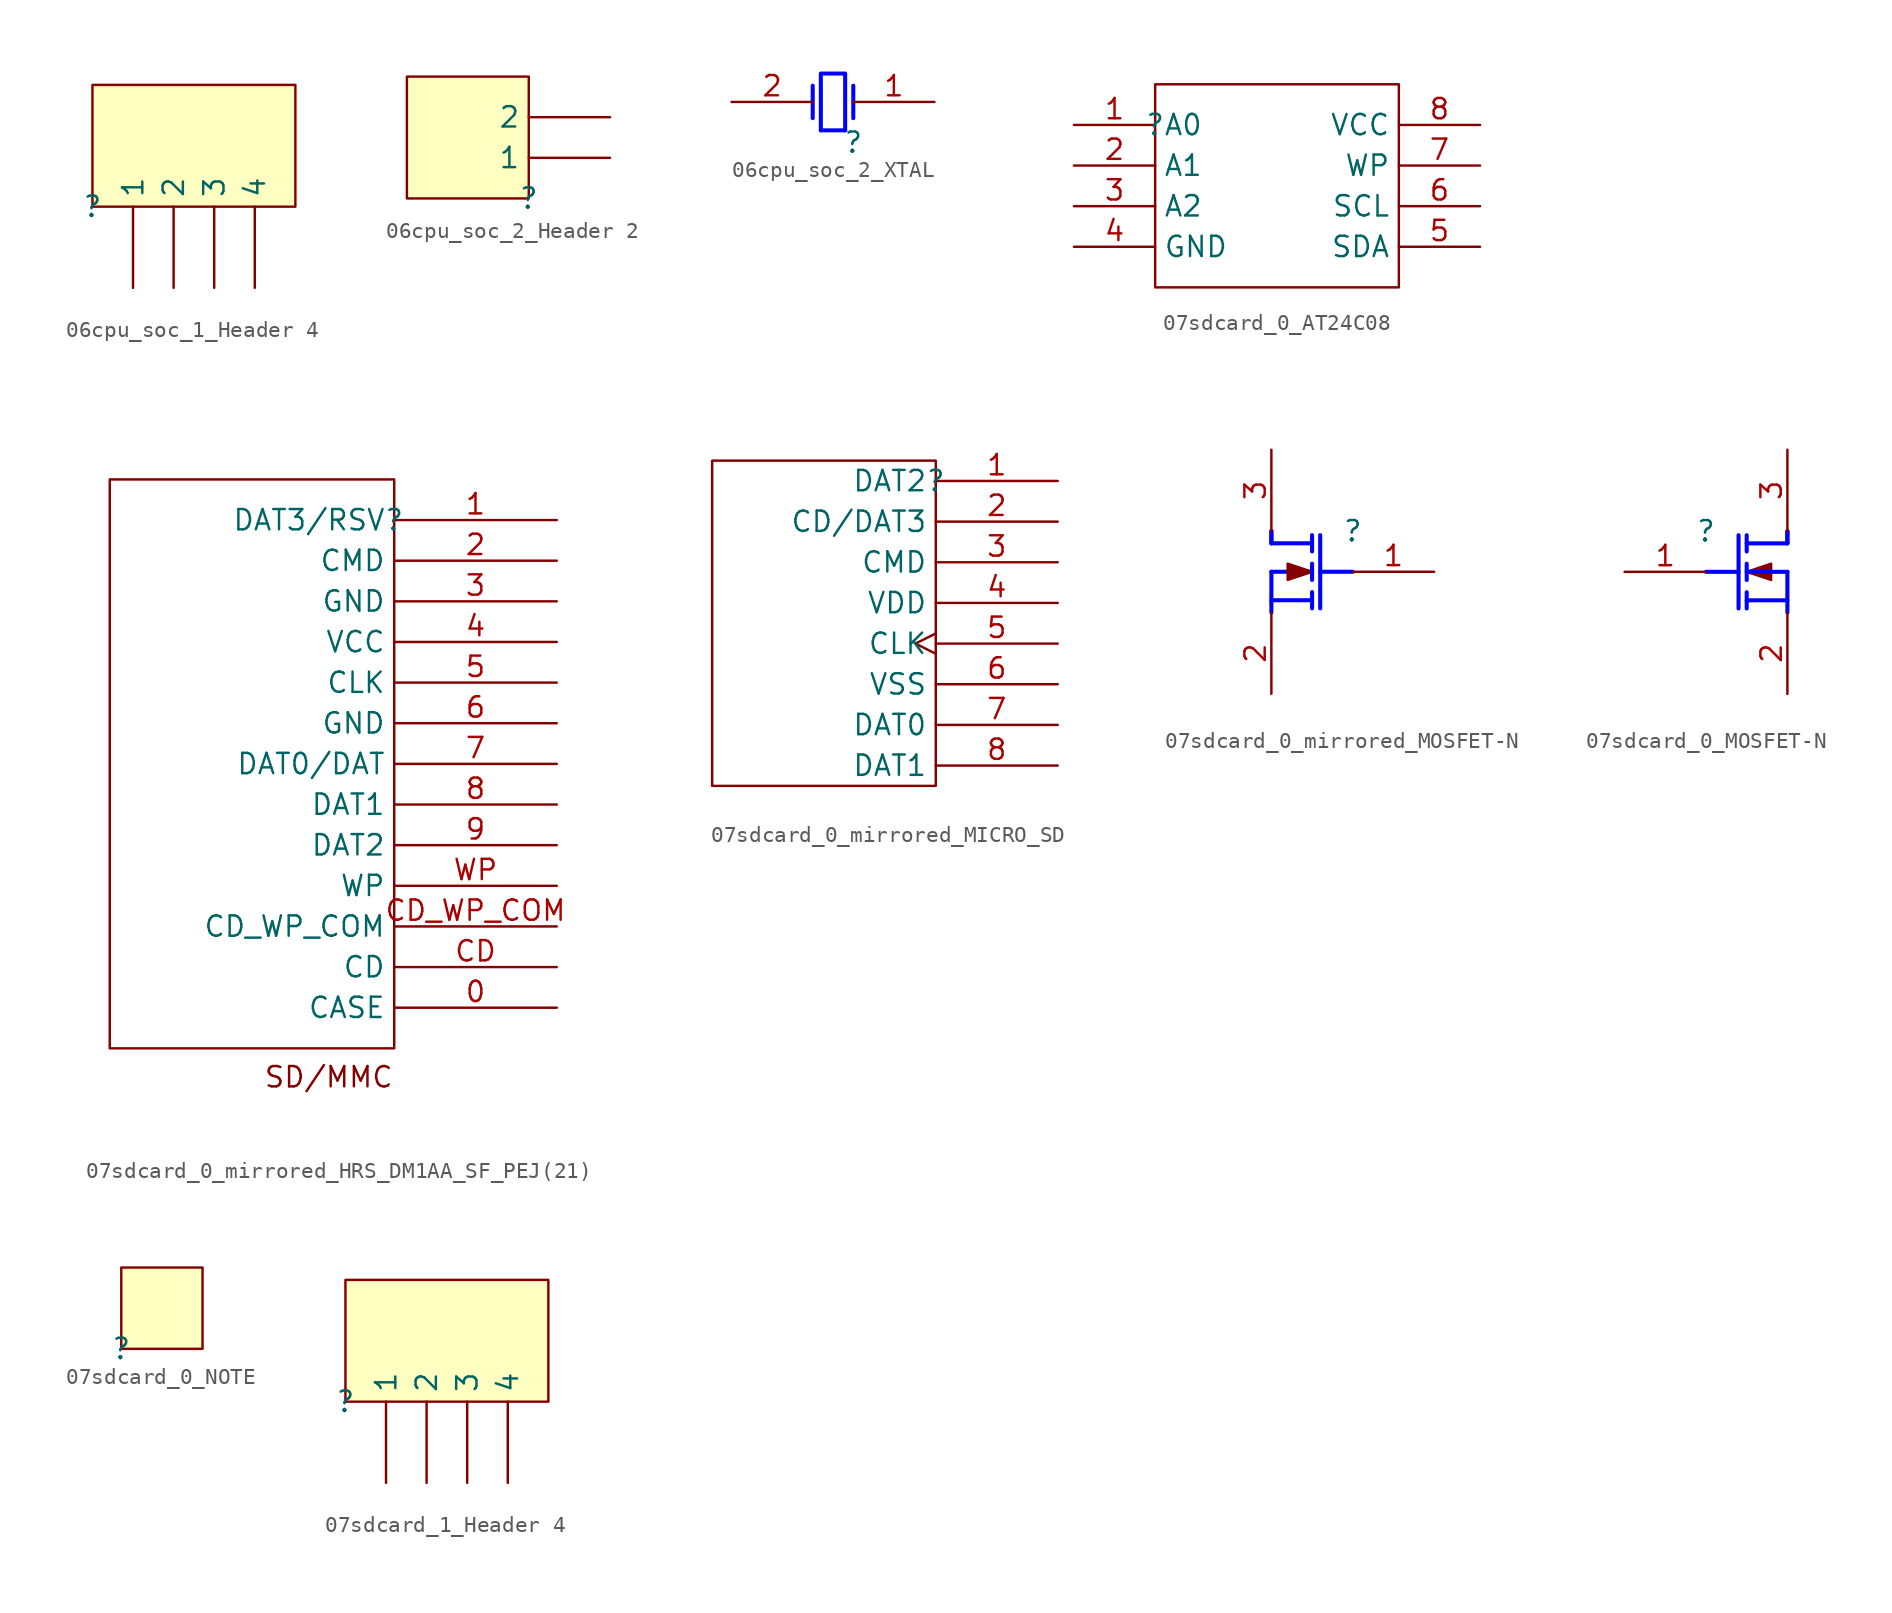
<source format=kicad_sym>
(kicad_symbol_lib
  (version 20220914)
  (generator kicad_symbol_editor)
  (symbol "06cpu_soc_1_Header 4"
    (property "Reference" ""
      (at 0 0 0)
      (effects (font (size 1.27 1.27))))
    (property "Value" ""
      (at 0 0 0)
      (effects (font (size 1.27 1.27))))
    (symbol "06cpu_soc_1_Header 4_1_0"
      (rectangle (start 12.7 7.62) (end 0 0) (stroke (width 0) (type solid)) (fill (type background)))
      (pin passive line (at 2.54 -5.08 90) (length 5.08) (name "1" (effects (font (size 1.27 1.27)))) (number "1" (effects (font (size 0 0)))))
      (pin passive line (at 5.08 -5.08 90) (length 5.08) (name "2" (effects (font (size 1.27 1.27)))) (number "2" (effects (font (size 0 0)))))
      (pin passive line (at 7.62 -5.08 90) (length 5.08) (name "3" (effects (font (size 1.27 1.27)))) (number "3" (effects (font (size 0 0)))))
      (pin passive line (at 10.16 -5.08 90) (length 5.08) (name "4" (effects (font (size 1.27 1.27)))) (number "4" (effects (font (size 0 0)))))))
  (symbol "06cpu_soc_2_Header 2"
    (property "Reference" ""
      (at 0 0 0)
      (effects (font (size 1.27 1.27))))
    (property "Value" ""
      (at 0 0 0)
      (effects (font (size 1.27 1.27))))
    (symbol "06cpu_soc_2_Header 2_1_0"
      (rectangle (start 0 7.62) (end -7.62 0) (stroke (width 0) (type solid)) (fill (type background)))
      (pin passive line (at 5.08 2.54 180) (length 5.08) (name "1" (effects (font (size 1.27 1.27)))) (number "1" (effects (font (size 0 0)))))
      (pin passive line (at 5.08 5.08 180) (length 5.08) (name "2" (effects (font (size 1.27 1.27)))) (number "2" (effects (font (size 0 0)))))))
  (symbol "06cpu_soc_2_XTAL"
    (property "Reference" ""
      (at 0 0 0)
      (effects (font (size 1.27 1.27))))
    (property "Value" ""
      (at 0 0 0)
      (effects (font (size 1.27 1.27))))
    (symbol "06cpu_soc_2_XTAL_1_0"
      (polyline (pts (xy -2.54 1.524) (xy -2.54 3.556)) (stroke (width 0.254) (type solid) (color 0 0 255 1)) (fill (type none)))
      (polyline (pts (xy -0.508 0.762) (xy -2.032 0.762)) (stroke (width 0.254) (type solid) (color 0 0 255 1)) (fill (type none)))
      (polyline (pts (xy 0 1.524) (xy 0 3.556)) (stroke (width 0.254) (type solid) (color 0 0 255 1)) (fill (type none)))
      (polyline (pts (xy -2.032 0.762) (xy -2.032 4.318) (xy -0.508 4.318) (xy -0.508 0.762)) (stroke (width 0.254) (type solid) (color 0 0 255 1)) (fill (type none)))
      (pin passive line (at 5.08 2.54 180) (length 5.08) (name "OSC1" (effects (font (size 0 0)))) (number "1" (effects (font (size 1.27 1.27)))))
      (pin passive line (at -7.62 2.54 0) (length 5.08) (name "OSC2" (effects (font (size 0 0)))) (number "2" (effects (font (size 1.27 1.27)))))))
  (symbol "07sdcard_0_AT24C08"
    (property "Reference" ""
      (at 0 0 0)
      (effects (font (size 1.27 1.27))))
    (property "Value" ""
      (at 0 0 0)
      (effects (font (size 1.27 1.27))))
    (symbol "07sdcard_0_AT24C08_1_0"
      (rectangle (start 15.24 2.54) (end 0 -10.16) (stroke (width 0) (type solid)) (fill (type none)))
      (pin input line (at -5.08 0 0) (length 5.08) (name "A0" (effects (font (size 1.27 1.27)))) (number "1" (effects (font (size 1.27 1.27)))))
      (pin input line (at -5.08 -2.54 0) (length 5.08) (name "A1" (effects (font (size 1.27 1.27)))) (number "2" (effects (font (size 1.27 1.27)))))
      (pin input line (at -5.08 -5.08 0) (length 5.08) (name "A2" (effects (font (size 1.27 1.27)))) (number "3" (effects (font (size 1.27 1.27)))))
      (pin power_in line (at -5.08 -7.62 0) (length 5.08) (name "GND" (effects (font (size 1.27 1.27)))) (number "4" (effects (font (size 1.27 1.27)))))
      (pin bidirectional line (at 20.32 -7.62 180) (length 5.08) (name "SDA" (effects (font (size 1.27 1.27)))) (number "5" (effects (font (size 1.27 1.27)))))
      (pin input line (at 20.32 -5.08 180) (length 5.08) (name "SCL" (effects (font (size 1.27 1.27)))) (number "6" (effects (font (size 1.27 1.27)))))
      (pin input line (at 20.32 -2.54 180) (length 5.08) (name "WP" (effects (font (size 1.27 1.27)))) (number "7" (effects (font (size 1.27 1.27)))))
      (pin power_in line (at 20.32 0 180) (length 5.08) (name "VCC" (effects (font (size 1.27 1.27)))) (number "8" (effects (font (size 1.27 1.27)))))))
  (symbol "07sdcard_0_mirrored_HRS_DM1AA_SF_PEJ(21)"
    (property "Reference" ""
      (at 0 0 0)
      (effects (font (size 1.27 1.27))))
    (property "Value" ""
      (at 0 0 0)
      (effects (font (size 1.27 1.27))))
    (symbol "07sdcard_0_mirrored_HRS_DM1AA_SF_PEJ(21)_1_0"
      (rectangle (start 0 2.54) (end -17.78 -33.02) (stroke (width 0) (type solid)) (fill (type none)))
      (text "SD/MMC" (at 0 -35.56 0) (effects (font (size 1.27 1.27)) (justify right bottom)))
      (pin power_in line (at 10.16 -30.48 180) (length 10.16) (name "CASE" (effects (font (size 1.27 1.27)))) (number "0" (effects (font (size 1.27 1.27)))))
      (pin bidirectional line (at 10.16 0 180) (length 10.16) (name "DAT3/RSV" (effects (font (size 1.27 1.27)))) (number "1" (effects (font (size 1.27 1.27)))))
      (pin input line (at 10.16 -2.54 180) (length 10.16) (name "CMD" (effects (font (size 1.27 1.27)))) (number "2" (effects (font (size 1.27 1.27)))))
      (pin power_in line (at 10.16 -5.08 180) (length 10.16) (name "GND" (effects (font (size 1.27 1.27)))) (number "3" (effects (font (size 1.27 1.27)))))
      (pin power_in line (at 10.16 -7.62 180) (length 10.16) (name "VCC" (effects (font (size 1.27 1.27)))) (number "4" (effects (font (size 1.27 1.27)))))
      (pin input line (at 10.16 -10.16 180) (length 10.16) (name "CLK" (effects (font (size 1.27 1.27)))) (number "5" (effects (font (size 1.27 1.27)))))
      (pin power_in line (at 10.16 -12.7 180) (length 10.16) (name "GND" (effects (font (size 1.27 1.27)))) (number "6" (effects (font (size 1.27 1.27)))))
      (pin bidirectional line (at 10.16 -15.24 180) (length 10.16) (name "DAT0/DAT" (effects (font (size 1.27 1.27)))) (number "7" (effects (font (size 1.27 1.27)))))
      (pin bidirectional line (at 10.16 -17.78 180) (length 10.16) (name "DAT1" (effects (font (size 1.27 1.27)))) (number "8" (effects (font (size 1.27 1.27)))))
      (pin bidirectional line (at 10.16 -20.32 180) (length 10.16) (name "DAT2" (effects (font (size 1.27 1.27)))) (number "9" (effects (font (size 1.27 1.27)))))
      (pin output line (at 10.16 -27.94 180) (length 10.16) (name "CD" (effects (font (size 1.27 1.27)))) (number "CD" (effects (font (size 1.27 1.27)))))
      (pin power_in line (at 10.16 -25.4 180) (length 10.16) (name "CD_WP_COM" (effects (font (size 1.27 1.27)))) (number "CD_WP_COM" (effects (font (size 1.27 1.27)))))
      (pin output line (at 10.16 -22.86 180) (length 10.16) (name "WP" (effects (font (size 1.27 1.27)))) (number "WP" (effects (font (size 1.27 1.27)))))))
  (symbol "07sdcard_0_mirrored_MICRO_SD"
    (property "Reference" ""
      (at 0 0 0)
      (effects (font (size 1.27 1.27))))
    (property "Value" ""
      (at 0 0 0)
      (effects (font (size 1.27 1.27))))
    (symbol "07sdcard_0_mirrored_MICRO_SD_1_0"
      (rectangle (start 0 1.27) (end -13.97 -19.05) (stroke (width 0) (type solid)) (fill (type none)))
      (pin bidirectional line (at 7.62 0 180) (length 7.62) (name "DAT2" (effects (font (size 1.27 1.27)))) (number "1" (effects (font (size 1.27 1.27)))))
      (pin bidirectional line (at 7.62 -2.54 180) (length 7.62) (name "CD/DAT3" (effects (font (size 1.27 1.27)))) (number "2" (effects (font (size 1.27 1.27)))))
      (pin bidirectional line (at 7.62 -5.08 180) (length 7.62) (name "CMD" (effects (font (size 1.27 1.27)))) (number "3" (effects (font (size 1.27 1.27)))))
      (pin power_in line (at 7.62 -7.62 180) (length 7.62) (name "VDD" (effects (font (size 1.27 1.27)))) (number "4" (effects (font (size 1.27 1.27)))))
      (pin input clock (at 7.62 -10.16 180) (length 7.62) (name "CLK" (effects (font (size 1.27 1.27)))) (number "5" (effects (font (size 1.27 1.27)))))
      (pin power_in line (at 7.62 -12.7 180) (length 7.62) (name "VSS" (effects (font (size 1.27 1.27)))) (number "6" (effects (font (size 1.27 1.27)))))
      (pin bidirectional line (at 7.62 -15.24 180) (length 7.62) (name "DAT0" (effects (font (size 1.27 1.27)))) (number "7" (effects (font (size 1.27 1.27)))))
      (pin bidirectional line (at 7.62 -17.78 180) (length 7.62) (name "DAT1" (effects (font (size 1.27 1.27)))) (number "8" (effects (font (size 1.27 1.27)))))))
  (symbol "07sdcard_0_mirrored_MOSFET-N"
    (property "Reference" ""
      (at 0 0 0)
      (effects (font (size 1.27 1.27))))
    (property "Value" ""
      (at 0 0 0)
      (effects (font (size 1.27 1.27))))
    (symbol "07sdcard_0_mirrored_MOSFET-N_1_0"
      (polyline (pts (xy -5.08 -4.318) (xy -2.54 -4.318)) (stroke (width 0.254) (type solid) (color 0 0 255 1)) (fill (type none)))
      (polyline (pts (xy -5.08 -2.54) (xy -5.08 -5.08)) (stroke (width 0.254) (type solid) (color 0 0 255 1)) (fill (type none)))
      (polyline (pts (xy -5.08 -2.54) (xy -2.54 -2.54)) (stroke (width 0.254) (type solid) (color 0 0 255 1)) (fill (type none)))
      (polyline (pts (xy -5.08 -0.762) (xy -5.08 0)) (stroke (width 0.254) (type solid) (color 0 0 255 1)) (fill (type none)))
      (polyline (pts (xy -5.08 -0.762) (xy -5.08 0)) (stroke (width 0.254) (type solid) (color 0 0 255 1)) (fill (type none)))
      (polyline (pts (xy -5.08 -0.762) (xy -2.54 -0.762)) (stroke (width 0.254) (type solid) (color 0 0 255 1)) (fill (type none)))
      (polyline (pts (xy -2.54 -4.826) (xy -2.54 -3.81)) (stroke (width 0.254) (type solid) (color 0 0 255 1)) (fill (type none)))
      (polyline (pts (xy -2.54 -3.048) (xy -2.54 -2.032)) (stroke (width 0.254) (type solid) (color 0 0 255 1)) (fill (type none)))
      (polyline (pts (xy -2.54 -0.254) (xy -2.54 -1.27)) (stroke (width 0.254) (type solid) (color 0 0 255 1)) (fill (type none)))
      (polyline (pts (xy -2.032 -0.254) (xy -2.032 -4.826)) (stroke (width 0.254) (type solid) (color 0 0 255 1)) (fill (type none)))
      (polyline (pts (xy 0 -2.54) (xy -2.032 -2.54)) (stroke (width 0.254) (type solid) (color 0 0 255 1)) (fill (type none)))
      (polyline (pts (xy -2.54 -2.54) (xy -4.064 -3.048) (xy -4.064 -2.032) (xy -2.54 -2.54)) (stroke (width 0) (type solid)) (fill (type outline)))
      (pin passive line (at 5.08 -2.54 180) (length 5.08) (name "G" (effects (font (size 0 0)))) (number "1" (effects (font (size 1.27 1.27)))))
      (pin passive line (at -5.08 -10.16 90) (length 5.08) (name "S" (effects (font (size 0 0)))) (number "2" (effects (font (size 1.27 1.27)))))
      (pin passive line (at -5.08 5.08 270) (length 5.08) (name "D" (effects (font (size 0 0)))) (number "3" (effects (font (size 1.27 1.27)))))))
  (symbol "07sdcard_0_MOSFET-N"
    (property "Reference" ""
      (at 0 0 0)
      (effects (font (size 1.27 1.27))))
    (property "Value" ""
      (at 0 0 0)
      (effects (font (size 1.27 1.27))))
    (symbol "07sdcard_0_MOSFET-N_1_0"
      (polyline (pts (xy 0 -2.54) (xy 2.032 -2.54)) (stroke (width 0.254) (type solid) (color 0 0 255 1)) (fill (type none)))
      (polyline (pts (xy 2.032 -0.254) (xy 2.032 -4.826)) (stroke (width 0.254) (type solid) (color 0 0 255 1)) (fill (type none)))
      (polyline (pts (xy 2.54 -4.826) (xy 2.54 -3.81)) (stroke (width 0.254) (type solid) (color 0 0 255 1)) (fill (type none)))
      (polyline (pts (xy 2.54 -3.048) (xy 2.54 -2.032)) (stroke (width 0.254) (type solid) (color 0 0 255 1)) (fill (type none)))
      (polyline (pts (xy 2.54 -0.254) (xy 2.54 -1.27)) (stroke (width 0.254) (type solid) (color 0 0 255 1)) (fill (type none)))
      (polyline (pts (xy 5.08 -4.318) (xy 2.54 -4.318)) (stroke (width 0.254) (type solid) (color 0 0 255 1)) (fill (type none)))
      (polyline (pts (xy 5.08 -2.54) (xy 2.54 -2.54)) (stroke (width 0.254) (type solid) (color 0 0 255 1)) (fill (type none)))
      (polyline (pts (xy 5.08 -2.54) (xy 5.08 -5.08)) (stroke (width 0.254) (type solid) (color 0 0 255 1)) (fill (type none)))
      (polyline (pts (xy 5.08 -0.762) (xy 2.54 -0.762)) (stroke (width 0.254) (type solid) (color 0 0 255 1)) (fill (type none)))
      (polyline (pts (xy 5.08 -0.762) (xy 5.08 0)) (stroke (width 0.254) (type solid) (color 0 0 255 1)) (fill (type none)))
      (polyline (pts (xy 5.08 -0.762) (xy 5.08 0)) (stroke (width 0.254) (type solid) (color 0 0 255 1)) (fill (type none)))
      (polyline (pts (xy 2.54 -2.54) (xy 4.064 -3.048) (xy 4.064 -2.032) (xy 2.54 -2.54)) (stroke (width 0) (type solid)) (fill (type outline)))
      (pin passive line (at -5.08 -2.54 0) (length 5.08) (name "G" (effects (font (size 0 0)))) (number "1" (effects (font (size 1.27 1.27)))))
      (pin passive line (at 5.08 -10.16 90) (length 5.08) (name "S" (effects (font (size 0 0)))) (number "2" (effects (font (size 1.27 1.27)))))
      (pin passive line (at 5.08 5.08 270) (length 5.08) (name "D" (effects (font (size 0 0)))) (number "3" (effects (font (size 1.27 1.27)))))))
  (symbol "07sdcard_0_NOTE"
    (property "Reference" ""
      (at 0 0 0)
      (effects (font (size 1.27 1.27))))
    (property "Value" ""
      (at 0 0 0)
      (effects (font (size 1.27 1.27))))
    (symbol "07sdcard_0_NOTE_1_0"
      (rectangle (start 5.08 5.08) (end 0 0) (stroke (width 0) (type solid)) (fill (type background)))))
  (symbol "07sdcard_1_Header 4"
    (property "Reference" ""
      (at 0 0 0)
      (effects (font (size 1.27 1.27))))
    (property "Value" ""
      (at 0 0 0)
      (effects (font (size 1.27 1.27))))
    (symbol "07sdcard_1_Header 4_1_0"
      (rectangle (start 12.7 7.62) (end 0 0) (stroke (width 0) (type solid)) (fill (type background)))
      (pin passive line (at 2.54 -5.08 90) (length 5.08) (name "1" (effects (font (size 1.27 1.27)))) (number "1" (effects (font (size 0 0)))))
      (pin passive line (at 5.08 -5.08 90) (length 5.08) (name "2" (effects (font (size 1.27 1.27)))) (number "2" (effects (font (size 0 0)))))
      (pin passive line (at 7.62 -5.08 90) (length 5.08) (name "3" (effects (font (size 1.27 1.27)))) (number "3" (effects (font (size 0 0)))))
      (pin passive line (at 10.16 -5.08 90) (length 5.08) (name "4" (effects (font (size 1.27 1.27)))) (number "4" (effects (font (size 0 0))))))))
</source>
